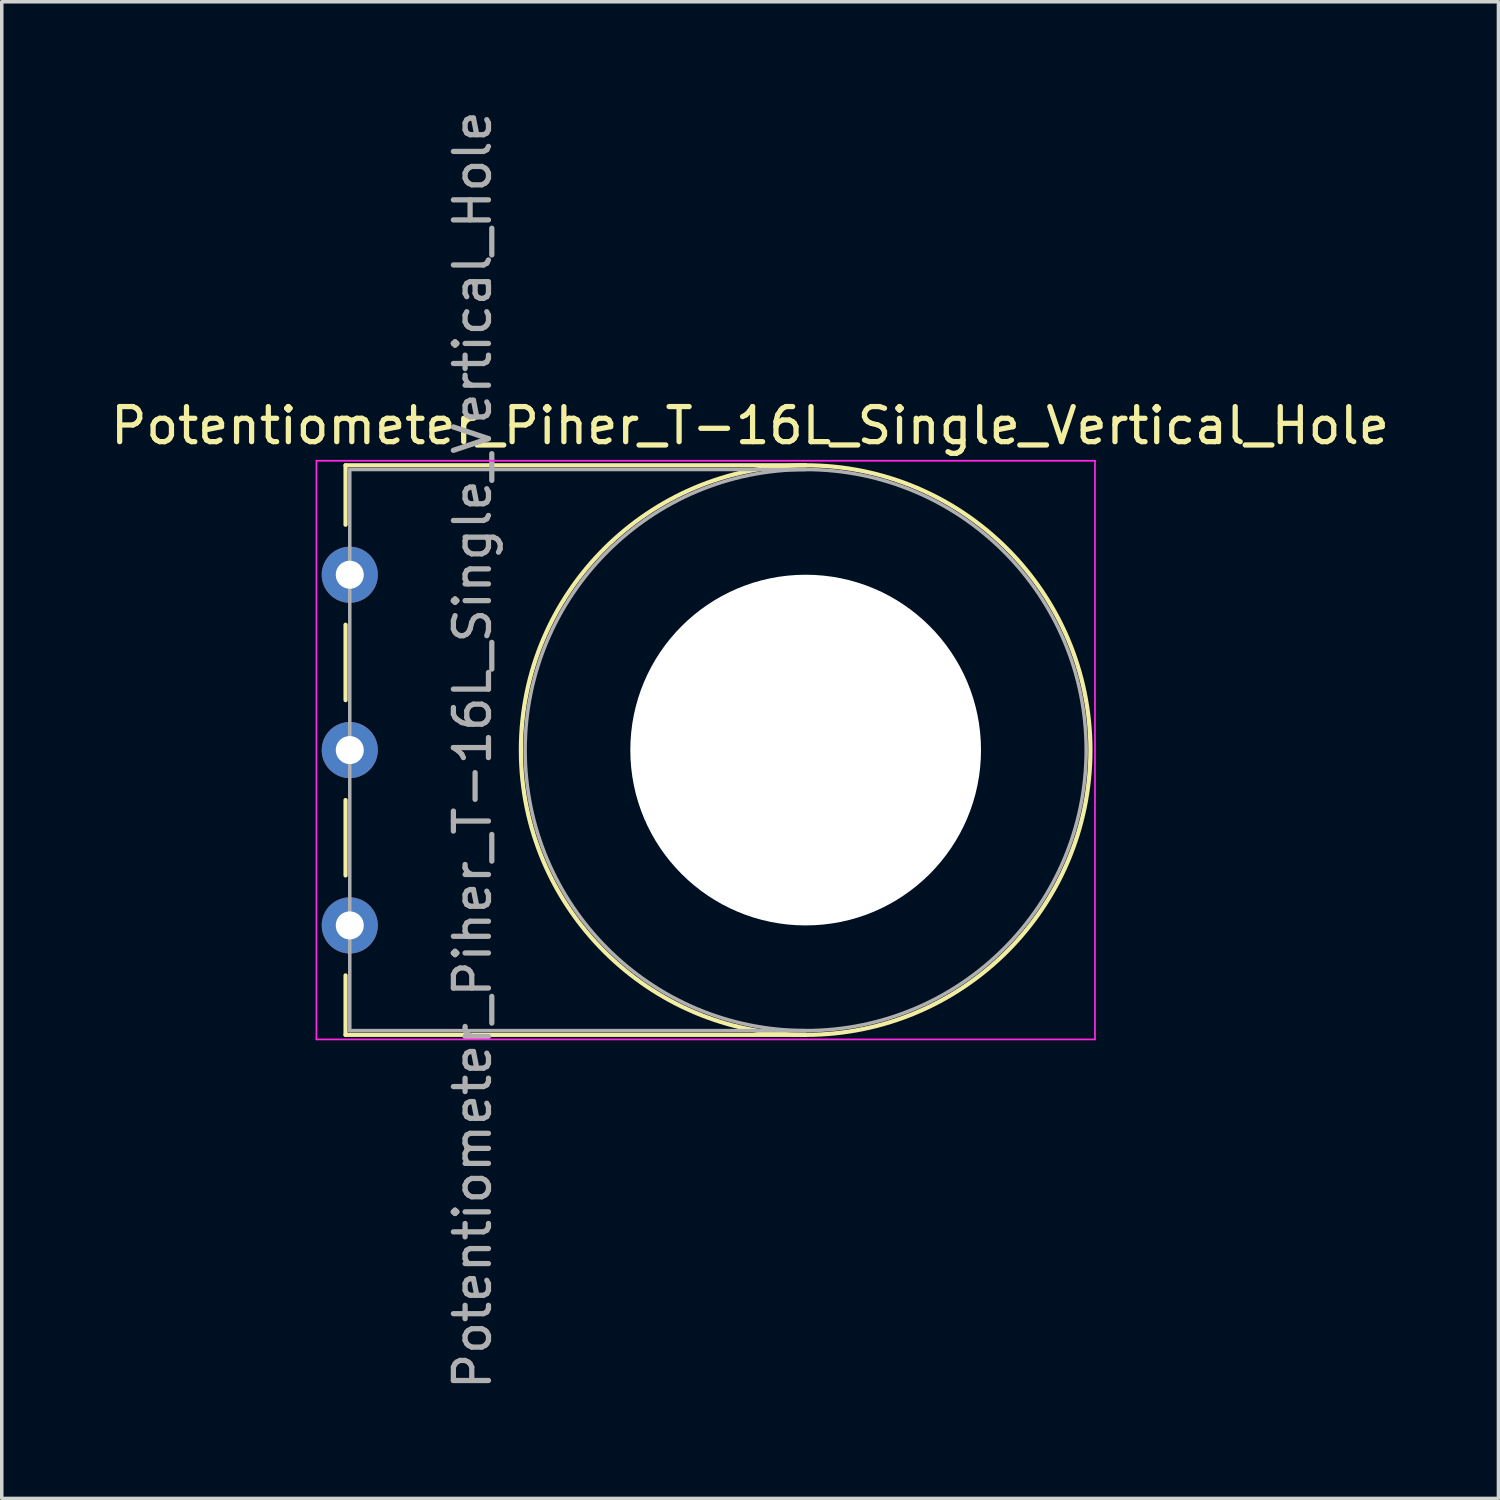
<source format=kicad_pcb>
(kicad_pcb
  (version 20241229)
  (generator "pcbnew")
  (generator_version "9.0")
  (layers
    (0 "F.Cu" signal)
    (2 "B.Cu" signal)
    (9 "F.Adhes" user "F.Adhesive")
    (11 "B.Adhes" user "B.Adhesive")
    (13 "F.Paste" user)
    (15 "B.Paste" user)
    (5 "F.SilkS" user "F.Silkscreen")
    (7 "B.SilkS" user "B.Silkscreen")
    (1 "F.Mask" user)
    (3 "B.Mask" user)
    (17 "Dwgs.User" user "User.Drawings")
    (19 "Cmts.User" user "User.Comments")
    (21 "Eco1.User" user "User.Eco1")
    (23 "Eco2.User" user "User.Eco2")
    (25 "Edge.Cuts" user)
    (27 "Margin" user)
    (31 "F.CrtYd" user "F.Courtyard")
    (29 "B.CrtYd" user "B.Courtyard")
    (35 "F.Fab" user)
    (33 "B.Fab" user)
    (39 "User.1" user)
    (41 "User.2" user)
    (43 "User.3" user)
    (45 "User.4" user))
  (footprint "Potentiometer_Piher_T-16L_Single_Vertical_Hole"
    (layer "F.Cu")
    (at 19.924 18.339)
    (property "Reference" "Potentiometer_Piher_T-16L_Single_Vertical_Hole" (at -1.585 -9.25 0) (layer "F.SilkS") (effects (font (size 1 1) (thickness 0.15))))
    (attr through_hole)
    (fp_line (start -13.12 -8.12) (end -13.12 -6.426) (stroke (width 0.12) (type solid)) (layer "F.SilkS"))
    (fp_line (start -13.12 -8.12) (end 0 -8.12) (stroke (width 0.12) (type solid)) (layer "F.SilkS"))
    (fp_line (start -13.12 -3.574) (end -13.12 -1.425) (stroke (width 0.12) (type solid)) (layer "F.SilkS"))
    (fp_line (start -13.12 1.425) (end -13.12 3.575) (stroke (width 0.12) (type solid)) (layer "F.SilkS"))
    (fp_line (start -13.12 6.425) (end -13.12 8.12) (stroke (width 0.12) (type solid)) (layer "F.SilkS"))
    (fp_line (start -13.12 8.12) (end 0 8.12) (stroke (width 0.12) (type solid)) (layer "F.SilkS"))
    (fp_circle (center 0 0) (end 8.12 0) (stroke (width 0.12) (type solid)) (fill no) (layer "F.SilkS"))
    (fp_line (start -13.95 -8.25) (end -13.95 8.25) (stroke (width 0.05) (type solid)) (layer "F.CrtYd"))
    (fp_line (start -13.95 8.25) (end 8.25 8.25) (stroke (width 0.05) (type solid)) (layer "F.CrtYd"))
    (fp_line (start 8.25 -8.25) (end -13.95 -8.25) (stroke (width 0.05) (type solid)) (layer "F.CrtYd"))
    (fp_line (start 8.25 8.25) (end 8.25 -8.25) (stroke (width 0.05) (type solid)) (layer "F.CrtYd"))
    (fp_line (start -13 -8) (end -13 8) (stroke (width 0.1) (type solid)) (layer "F.Fab"))
    (fp_line (start -13 8) (end 0 8) (stroke (width 0.1) (type solid)) (layer "F.Fab"))
    (fp_line (start 0 -8) (end -13 -8) (stroke (width 0.1) (type solid)) (layer "F.Fab"))
    (fp_circle (center 0 0) (end 8 0) (stroke (width 0.1) (type solid)) (fill no) (layer "F.Fab"))
    (fp_text user "${REFERENCE}" (at -9.5 0 90) (layer "F.Fab") (effects (font (size 1 1) (thickness 0.15))))
    (pad "" np_thru_hole circle (at 0 0) (size 10 10) (drill 10) (layers "*.Cu" "*.Mask"))
    (pad "1" thru_hole circle (at -13 5) (size 1.6 1.6) (drill 0.8) (layers "*.Cu" "*.Mask"))
    (pad "2" thru_hole circle (at -13 0) (size 1.6 1.6) (drill 0.8) (layers "*.Cu" "*.Mask"))
    (pad "3" thru_hole circle (at -13 -5) (size 1.6 1.6) (drill 0.8) (layers "*.Cu" "*.Mask")))
  (gr_rect
    (start -3 -3)
    (end 39.679 39.679)
    (stroke (width 0.1) (type default))
    (fill no)
    (layer "Edge.Cuts")))
</source>
